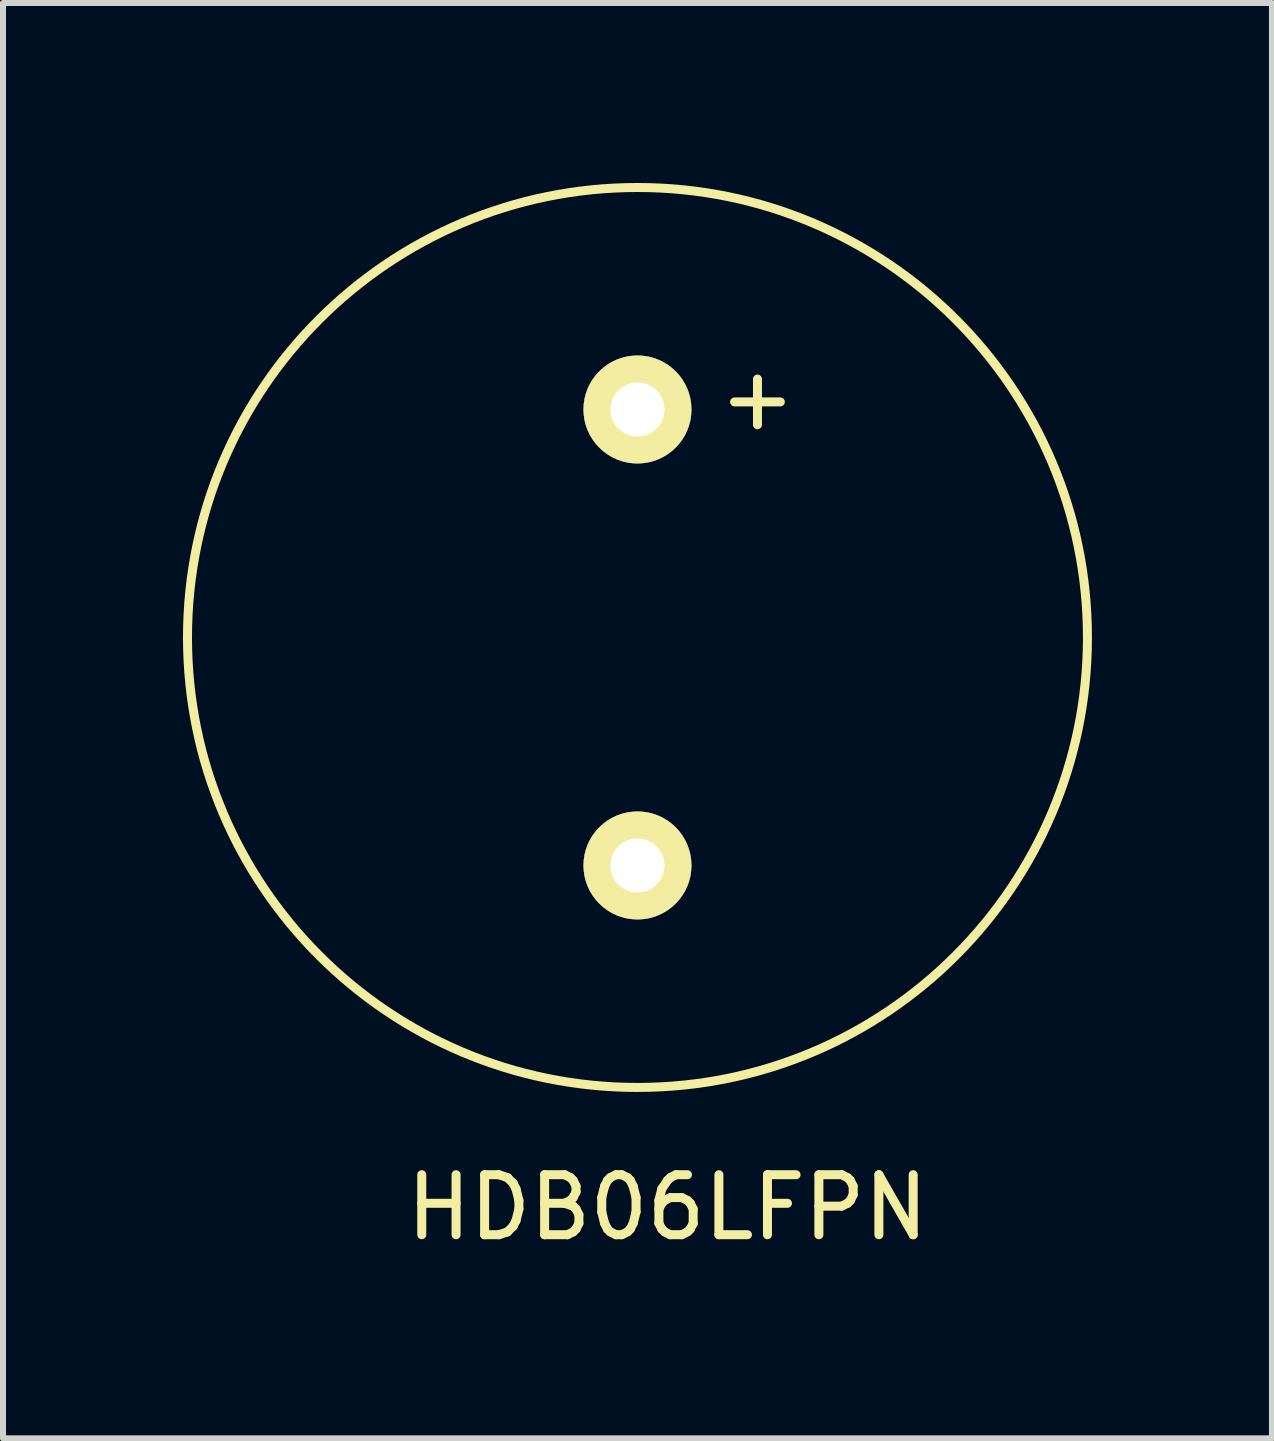
<source format=kicad_pcb>
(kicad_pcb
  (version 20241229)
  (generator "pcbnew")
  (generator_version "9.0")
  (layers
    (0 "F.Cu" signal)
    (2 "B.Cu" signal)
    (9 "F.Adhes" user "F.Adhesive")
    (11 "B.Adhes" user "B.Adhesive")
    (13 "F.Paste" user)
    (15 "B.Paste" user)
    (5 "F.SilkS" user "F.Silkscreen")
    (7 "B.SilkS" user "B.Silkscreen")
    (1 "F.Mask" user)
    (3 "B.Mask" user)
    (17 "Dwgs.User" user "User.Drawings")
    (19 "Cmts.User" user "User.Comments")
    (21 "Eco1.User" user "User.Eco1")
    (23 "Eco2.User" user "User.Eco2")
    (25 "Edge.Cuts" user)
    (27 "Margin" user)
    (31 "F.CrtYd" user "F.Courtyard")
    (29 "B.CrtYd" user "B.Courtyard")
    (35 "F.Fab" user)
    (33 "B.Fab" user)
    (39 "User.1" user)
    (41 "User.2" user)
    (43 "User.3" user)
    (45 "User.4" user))
  (footprint "HDB06LFPN"
    (layer "F.Cu")
    (at 7.575 7.575)
    (property "Reference" "HDB06LFPN" (at 0.5 9.5 0) (layer "F.SilkS") (effects (font (size 1 1) (thickness 0.15))))
    (attr through_hole)
    (fp_circle (center 0 0) (end 7.5 0) (stroke (width 0.15) (type solid)) (fill no) (layer "F.SilkS"))
    (fp_text user "+" (at 2 -4 0) (layer "F.SilkS") (effects (font (size 1 1) (thickness 0.15))))
    (pad "1" thru_hole circle (at 0 3.8) (size 1.8 1.8) (drill 0.9) (layers "*.Cu" "*.Mask" "F.SilkS"))
    (pad "2" thru_hole circle (at 0 -3.8) (size 1.8 1.8) (drill 0.9) (layers "*.Cu" "*.Mask" "F.SilkS")))
  (gr_rect
    (start -3 -3)
    (end 18.15 20.923)
    (stroke (width 0.1) (type default))
    (fill no)
    (layer "Edge.Cuts")))
</source>
